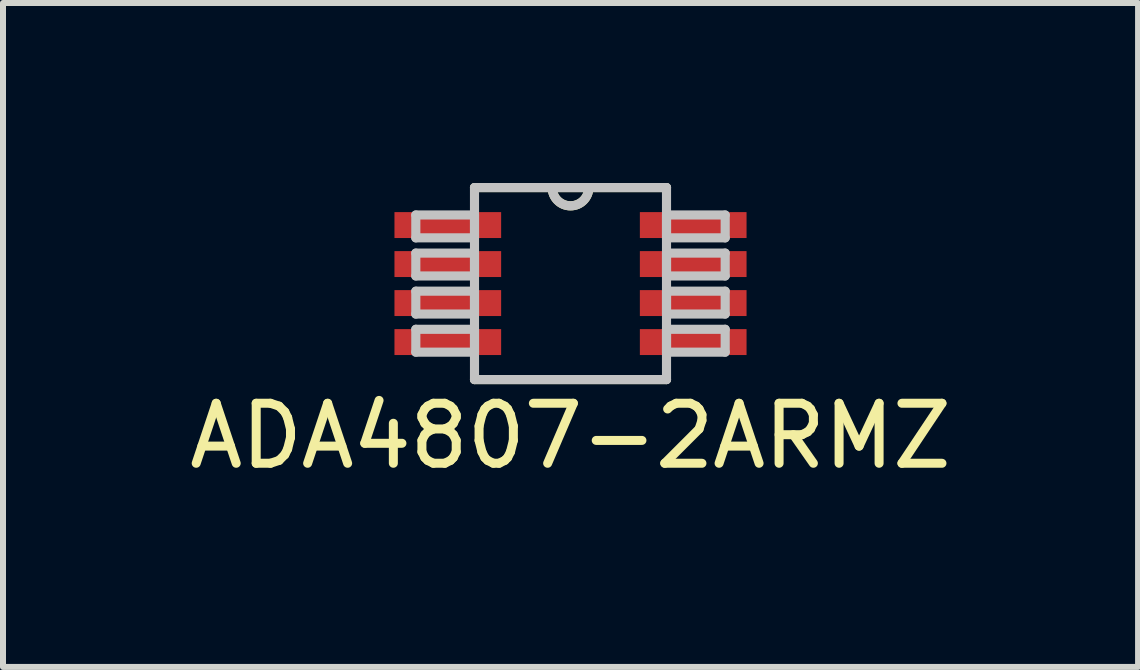
<source format=kicad_pcb>
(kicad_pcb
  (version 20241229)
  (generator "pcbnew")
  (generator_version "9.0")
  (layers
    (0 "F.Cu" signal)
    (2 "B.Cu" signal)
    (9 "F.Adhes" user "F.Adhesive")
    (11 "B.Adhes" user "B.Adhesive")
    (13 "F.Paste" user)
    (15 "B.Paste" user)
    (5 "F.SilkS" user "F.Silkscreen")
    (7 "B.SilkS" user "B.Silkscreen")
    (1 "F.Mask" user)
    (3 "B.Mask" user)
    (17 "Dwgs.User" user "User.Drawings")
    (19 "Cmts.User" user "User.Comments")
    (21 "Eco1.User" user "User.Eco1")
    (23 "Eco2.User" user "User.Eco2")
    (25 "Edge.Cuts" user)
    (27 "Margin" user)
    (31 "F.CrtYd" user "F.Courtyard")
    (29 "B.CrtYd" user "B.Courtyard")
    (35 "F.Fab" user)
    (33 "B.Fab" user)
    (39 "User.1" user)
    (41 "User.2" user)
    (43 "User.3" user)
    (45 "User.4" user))
  (footprint "ADA4807-2ARMZ"
    (layer "F.Cu")
    (at 6.458 1.676)
    (property "Reference" "ADA4807-2ARMZ" (at 0 2.54 0) (layer "F.SilkS") (effects (font (size 1 1) (thickness 0.15))))
    (attr through_hole)
    (fp_line (start -1.6 1.6) (end 1.6 1.6) (stroke (width 0.152) (type solid)) (layer "F.SilkS"))
    (fp_line (start 1.6 -1.6) (end -1.6 -1.6) (stroke (width 0.152) (type solid)) (layer "F.SilkS"))
    (fp_arc (start 0.3048 -1.6002) (mid 0 -1.2954) (end -0.3048 -1.6002) (stroke (width 0.1524) (type solid)) (layer "F.SilkS"))
    (fp_line (start -2.578 -1.143) (end -2.578 -0.762) (stroke (width 0.152) (type solid)) (layer "Dwgs.User"))
    (fp_line (start -2.578 -0.762) (end -1.6 -0.762) (stroke (width 0.152) (type solid)) (layer "Dwgs.User"))
    (fp_line (start -2.578 -0.508) (end -2.578 -0.127) (stroke (width 0.152) (type solid)) (layer "Dwgs.User"))
    (fp_line (start -2.578 -0.127) (end -1.6 -0.127) (stroke (width 0.152) (type solid)) (layer "Dwgs.User"))
    (fp_line (start -2.578 0.127) (end -2.578 0.508) (stroke (width 0.152) (type solid)) (layer "Dwgs.User"))
    (fp_line (start -2.578 0.508) (end -1.6 0.508) (stroke (width 0.152) (type solid)) (layer "Dwgs.User"))
    (fp_line (start -2.578 0.762) (end -2.578 1.143) (stroke (width 0.152) (type solid)) (layer "Dwgs.User"))
    (fp_line (start -2.578 1.143) (end -1.6 1.143) (stroke (width 0.152) (type solid)) (layer "Dwgs.User"))
    (fp_line (start -1.6 -1.6) (end -1.6 1.6) (stroke (width 0.152) (type solid)) (layer "Dwgs.User"))
    (fp_line (start -1.6 -1.143) (end -2.578 -1.143) (stroke (width 0.152) (type solid)) (layer "Dwgs.User"))
    (fp_line (start -1.6 -0.762) (end -1.6 -1.143) (stroke (width 0.152) (type solid)) (layer "Dwgs.User"))
    (fp_line (start -1.6 -0.508) (end -2.578 -0.508) (stroke (width 0.152) (type solid)) (layer "Dwgs.User"))
    (fp_line (start -1.6 -0.127) (end -1.6 -0.508) (stroke (width 0.152) (type solid)) (layer "Dwgs.User"))
    (fp_line (start -1.6 0.127) (end -2.578 0.127) (stroke (width 0.152) (type solid)) (layer "Dwgs.User"))
    (fp_line (start -1.6 0.508) (end -1.6 0.127) (stroke (width 0.152) (type solid)) (layer "Dwgs.User"))
    (fp_line (start -1.6 0.762) (end -2.578 0.762) (stroke (width 0.152) (type solid)) (layer "Dwgs.User"))
    (fp_line (start -1.6 1.143) (end -1.6 0.762) (stroke (width 0.152) (type solid)) (layer "Dwgs.User"))
    (fp_line (start -1.6 1.6) (end 1.6 1.6) (stroke (width 0.152) (type solid)) (layer "Dwgs.User"))
    (fp_line (start 1.6 -1.6) (end -1.6 -1.6) (stroke (width 0.152) (type solid)) (layer "Dwgs.User"))
    (fp_line (start 1.6 -1.143) (end 1.6 -0.762) (stroke (width 0.152) (type solid)) (layer "Dwgs.User"))
    (fp_line (start 1.6 -0.762) (end 2.578 -0.762) (stroke (width 0.152) (type solid)) (layer "Dwgs.User"))
    (fp_line (start 1.6 -0.508) (end 1.6 -0.127) (stroke (width 0.152) (type solid)) (layer "Dwgs.User"))
    (fp_line (start 1.6 -0.127) (end 2.578 -0.127) (stroke (width 0.152) (type solid)) (layer "Dwgs.User"))
    (fp_line (start 1.6 0.127) (end 1.6 0.508) (stroke (width 0.152) (type solid)) (layer "Dwgs.User"))
    (fp_line (start 1.6 0.508) (end 2.578 0.508) (stroke (width 0.152) (type solid)) (layer "Dwgs.User"))
    (fp_line (start 1.6 0.762) (end 1.6 1.143) (stroke (width 0.152) (type solid)) (layer "Dwgs.User"))
    (fp_line (start 1.6 1.143) (end 2.578 1.143) (stroke (width 0.152) (type solid)) (layer "Dwgs.User"))
    (fp_line (start 1.6 1.6) (end 1.6 -1.6) (stroke (width 0.152) (type solid)) (layer "Dwgs.User"))
    (fp_line (start 2.578 -1.143) (end 1.6 -1.143) (stroke (width 0.152) (type solid)) (layer "Dwgs.User"))
    (fp_line (start 2.578 -0.762) (end 2.578 -1.143) (stroke (width 0.152) (type solid)) (layer "Dwgs.User"))
    (fp_line (start 2.578 -0.508) (end 1.6 -0.508) (stroke (width 0.152) (type solid)) (layer "Dwgs.User"))
    (fp_line (start 2.578 -0.127) (end 2.578 -0.508) (stroke (width 0.152) (type solid)) (layer "Dwgs.User"))
    (fp_line (start 2.578 0.127) (end 1.6 0.127) (stroke (width 0.152) (type solid)) (layer "Dwgs.User"))
    (fp_line (start 2.578 0.508) (end 2.578 0.127) (stroke (width 0.152) (type solid)) (layer "Dwgs.User"))
    (fp_line (start 2.578 0.762) (end 1.6 0.762) (stroke (width 0.152) (type solid)) (layer "Dwgs.User"))
    (fp_line (start 2.578 1.143) (end 2.578 0.762) (stroke (width 0.152) (type solid)) (layer "Dwgs.User"))
    (fp_arc (start 0.3048 -1.6002) (mid 0 -1.2954) (end -0.3048 -1.6002) (stroke (width 0.1524) (type solid)) (layer "Dwgs.User"))
    (pad "1" smd rect (at -2.045 -0.975) (size 1.778 0.432) (layers "F.Cu"))
    (pad "2" smd rect (at -2.045 -0.325) (size 1.778 0.432) (layers "F.Cu"))
    (pad "3" smd rect (at -2.045 0.325) (size 1.778 0.432) (layers "F.Cu"))
    (pad "4" smd rect (at -2.045 0.975) (size 1.778 0.432) (layers "F.Cu"))
    (pad "5" smd rect (at 2.045 0.975) (size 1.778 0.432) (layers "F.Cu"))
    (pad "6" smd rect (at 2.045 0.325) (size 1.778 0.432) (layers "F.Cu"))
    (pad "7" smd rect (at 2.045 -0.325) (size 1.778 0.432) (layers "F.Cu"))
    (pad "8" smd rect (at 2.045 -0.975) (size 1.778 0.432) (layers "F.Cu")))
  (gr_rect
    (start -3 -3)
    (end 15.917 8.065)
    (stroke (width 0.1) (type default))
    (fill no)
    (layer "Edge.Cuts")))
</source>
